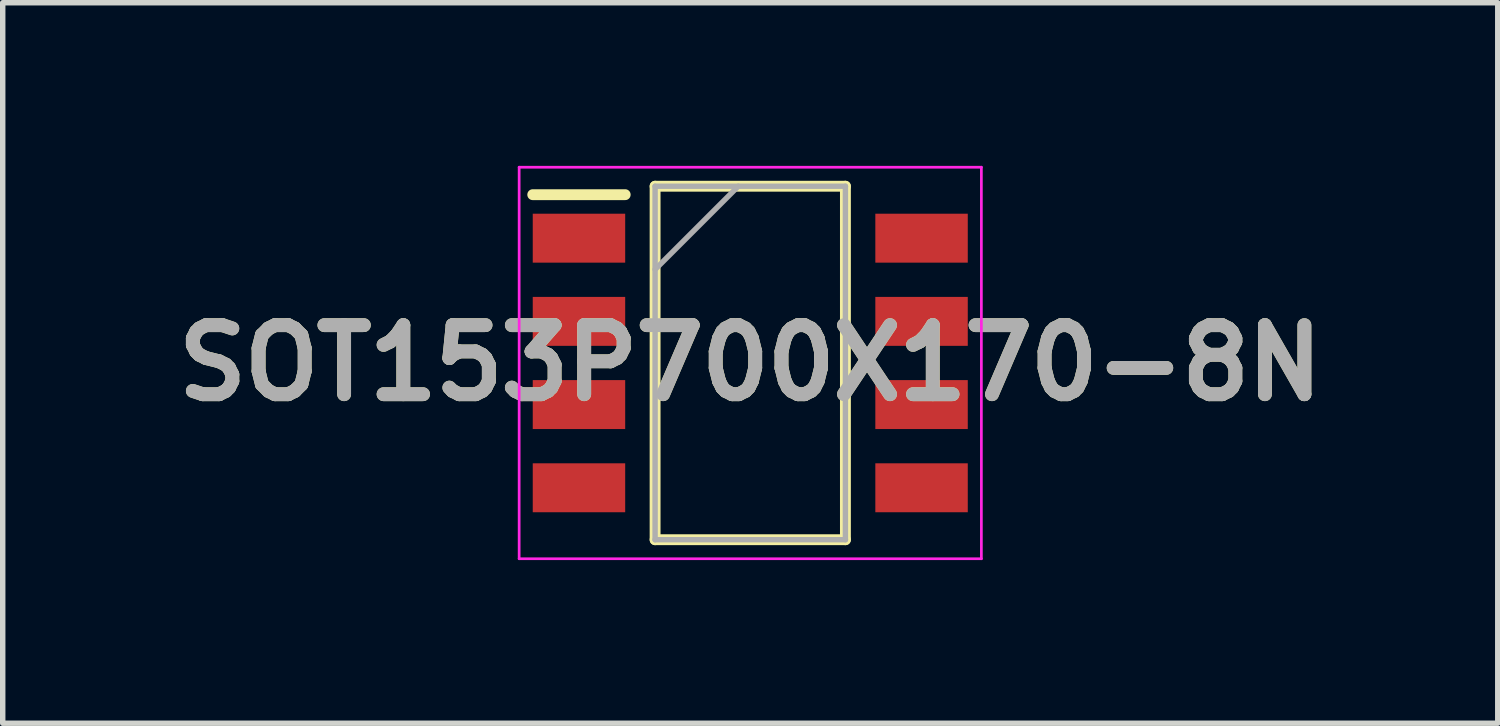
<source format=kicad_pcb>
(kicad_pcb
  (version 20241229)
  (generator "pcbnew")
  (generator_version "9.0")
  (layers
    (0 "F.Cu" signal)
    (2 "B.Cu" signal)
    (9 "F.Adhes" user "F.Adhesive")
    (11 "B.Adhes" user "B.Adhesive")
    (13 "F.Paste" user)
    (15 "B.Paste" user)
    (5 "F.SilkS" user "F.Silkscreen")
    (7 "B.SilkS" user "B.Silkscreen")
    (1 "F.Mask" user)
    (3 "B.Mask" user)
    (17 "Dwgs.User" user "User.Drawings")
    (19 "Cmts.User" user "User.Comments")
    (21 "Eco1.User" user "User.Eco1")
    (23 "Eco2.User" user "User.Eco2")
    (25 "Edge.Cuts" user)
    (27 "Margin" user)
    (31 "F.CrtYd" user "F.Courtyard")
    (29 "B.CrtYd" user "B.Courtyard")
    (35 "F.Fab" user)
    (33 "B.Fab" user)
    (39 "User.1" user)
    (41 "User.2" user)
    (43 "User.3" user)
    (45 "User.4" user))
  (footprint "SOT153P700X170-8N"
    (layer "F.Cu")
    (at 10.747 3.625)
    (property "Reference" "SOT153P700X170-8N" (at 0 0 0) (layer "F.SilkS") (effects (font (size 1.27 1.27) (thickness 0.254))))
    (attr smd)
    (fp_line (start -4 -3.095) (end -2.3 -3.095) (stroke (width 0.2) (type solid)) (layer "F.SilkS"))
    (fp_line (start -1.75 -3.25) (end 1.75 -3.25) (stroke (width 0.2) (type solid)) (layer "F.SilkS"))
    (fp_line (start -1.75 3.25) (end -1.75 -3.25) (stroke (width 0.2) (type solid)) (layer "F.SilkS"))
    (fp_line (start 1.75 -3.25) (end 1.75 3.25) (stroke (width 0.2) (type solid)) (layer "F.SilkS"))
    (fp_line (start 1.75 3.25) (end -1.75 3.25) (stroke (width 0.2) (type solid)) (layer "F.SilkS"))
    (fp_line (start -4.25 -3.6) (end 4.25 -3.6) (stroke (width 0.05) (type solid)) (layer "F.CrtYd"))
    (fp_line (start -4.25 3.6) (end -4.25 -3.6) (stroke (width 0.05) (type solid)) (layer "F.CrtYd"))
    (fp_line (start 4.25 -3.6) (end 4.25 3.6) (stroke (width 0.05) (type solid)) (layer "F.CrtYd"))
    (fp_line (start 4.25 3.6) (end -4.25 3.6) (stroke (width 0.05) (type solid)) (layer "F.CrtYd"))
    (fp_line (start -1.75 -3.25) (end 1.75 -3.25) (stroke (width 0.1) (type solid)) (layer "F.Fab"))
    (fp_line (start -1.75 -1.72) (end -0.22 -3.25) (stroke (width 0.1) (type solid)) (layer "F.Fab"))
    (fp_line (start -1.75 3.25) (end -1.75 -3.25) (stroke (width 0.1) (type solid)) (layer "F.Fab"))
    (fp_line (start 1.75 -3.25) (end 1.75 3.25) (stroke (width 0.1) (type solid)) (layer "F.Fab"))
    (fp_line (start 1.75 3.25) (end -1.75 3.25) (stroke (width 0.1) (type solid)) (layer "F.Fab"))
    (fp_text user "${REFERENCE}" (at 0 0 0) (layer "F.Fab") (effects (font (size 1.27 1.27) (thickness 0.254))))
    (pad "1" smd rect (at -3.15 -2.295 90) (size 0.9 1.7) (layers "F.Cu" "F.Mask" "F.Paste"))
    (pad "2" smd rect (at -3.15 -0.765 90) (size 0.9 1.7) (layers "F.Cu" "F.Mask" "F.Paste"))
    (pad "3" smd rect (at -3.15 0.765 90) (size 0.9 1.7) (layers "F.Cu" "F.Mask" "F.Paste"))
    (pad "4" smd rect (at -3.15 2.295 90) (size 0.9 1.7) (layers "F.Cu" "F.Mask" "F.Paste"))
    (pad "5" smd rect (at 3.15 2.295 90) (size 0.9 1.7) (layers "F.Cu" "F.Mask" "F.Paste"))
    (pad "6" smd rect (at 3.15 0.765 90) (size 0.9 1.7) (layers "F.Cu" "F.Mask" "F.Paste"))
    (pad "7" smd rect (at 3.15 -0.765 90) (size 0.9 1.7) (layers "F.Cu" "F.Mask" "F.Paste"))
    (pad "8" smd rect (at 3.15 -2.295 90) (size 0.9 1.7) (layers "F.Cu" "F.Mask" "F.Paste")))
  (gr_rect
    (start -3 -3)
    (end 24.493 10.25)
    (stroke (width 0.1) (type default))
    (fill no)
    (layer "Edge.Cuts")))
</source>
